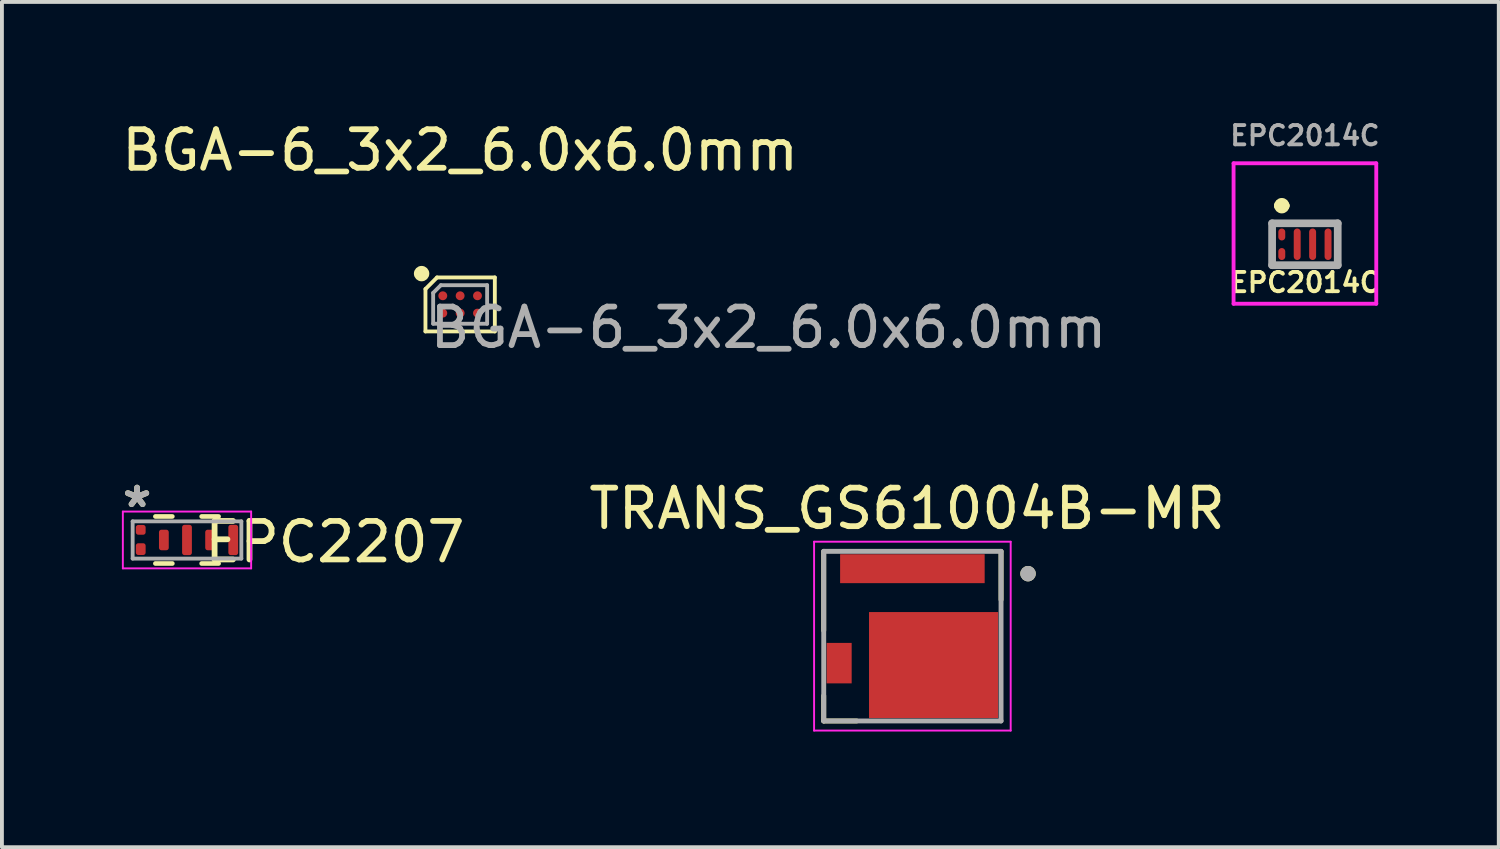
<source format=kicad_pcb>
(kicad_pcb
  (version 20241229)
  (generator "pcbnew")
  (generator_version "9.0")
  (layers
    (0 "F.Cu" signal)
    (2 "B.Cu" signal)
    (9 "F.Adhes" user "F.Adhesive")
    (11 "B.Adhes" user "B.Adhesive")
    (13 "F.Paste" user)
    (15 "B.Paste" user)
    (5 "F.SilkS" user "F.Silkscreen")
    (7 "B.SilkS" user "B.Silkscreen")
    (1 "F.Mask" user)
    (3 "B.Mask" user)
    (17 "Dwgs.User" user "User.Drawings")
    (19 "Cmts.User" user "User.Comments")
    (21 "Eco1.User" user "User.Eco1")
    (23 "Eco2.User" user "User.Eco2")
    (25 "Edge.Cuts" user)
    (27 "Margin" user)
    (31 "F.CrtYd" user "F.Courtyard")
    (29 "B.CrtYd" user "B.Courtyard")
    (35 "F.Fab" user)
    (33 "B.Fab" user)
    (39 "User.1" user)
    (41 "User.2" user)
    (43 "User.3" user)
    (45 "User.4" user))
  (footprint "BGA-6_3x2_6.0x6.0mm"
    (layer "F.Cu")
    (at 8.887 4.848)
    (property "Reference" "BGA-6_3x2_6.0x6.0mm" (at 0 -4 0) (layer "F.SilkS") (effects (font (size 1 1) (thickness 0.15))))
    (attr smd)
    (fp_line (start -0.9 -0.4) (end -0.9 0.7) (stroke (width 0.1) (type default)) (layer "F.SilkS"))
    (fp_line (start -0.6 -0.7) (end -0.9 -0.4) (stroke (width 0.1) (type default)) (layer "F.SilkS"))
    (fp_line (start 0.9 -0.7) (end -0.6 -0.7) (stroke (width 0.1) (type default)) (layer "F.SilkS"))
    (fp_line (start 0.9 -0.7) (end 0.9 0.7) (stroke (width 0.1) (type default)) (layer "F.SilkS"))
    (fp_line (start 0.9 0.7) (end -0.9 0.7) (stroke (width 0.1) (type default)) (layer "F.SilkS"))
    (fp_circle (center -1 -0.8) (end -1 -0.7) (stroke (width 0.2) (type default)) (fill no) (layer "F.SilkS"))
    (fp_line (start -0.7 -0.3) (end -0.7 0.5) (stroke (width 0.1) (type default)) (layer "F.Fab"))
    (fp_line (start -0.7 0.5) (end 0.7 0.5) (stroke (width 0.1) (type default)) (layer "F.Fab"))
    (fp_line (start -0.5 -0.5) (end -0.7 -0.3) (stroke (width 0.1) (type default)) (layer "F.Fab"))
    (fp_line (start 0.7 -0.5) (end -0.5 -0.5) (stroke (width 0.1) (type default)) (layer "F.Fab"))
    (fp_line (start 0.7 0.5) (end 0.7 -0.5) (stroke (width 0.1) (type default)) (layer "F.Fab"))
    (fp_text user "${REFERENCE}" (at 8 0.6 0) (layer "F.Fab") (effects (font (size 1 1) (thickness 0.15))))
    (pad "1" smd circle (at -0.45 -0.225) (size 0.23 0.23) (layers "F.Cu" "F.Mask" "F.Paste"))
    (pad "2" smd circle (at -0.45 0.225) (size 0.23 0.23) (layers "F.Cu" "F.Mask" "F.Paste"))
    (pad "3" smd circle (at 0 -0.225) (size 0.23 0.23) (layers "F.Cu" "F.Mask" "F.Paste"))
    (pad "4" smd circle (at 0 0.225) (size 0.23 0.23) (layers "F.Cu" "F.Mask" "F.Paste"))
    (pad "5" smd circle (at 0.45 -0.225) (size 0.23 0.23) (layers "F.Cu" "F.Mask" "F.Paste"))
    (pad "6" smd circle (at 0.45 0.225) (size 0.23 0.23) (layers "F.Cu" "F.Mask" "F.Paste")))
  (footprint "TRANS_GS61004B-MR"
    (layer "F.Cu")
    (at 20.619 13.453)
    (property "Reference" "TRANS_GS61004B-MR" (at -0.137 -3.308 0) (layer "F.SilkS") (effects (font (size 1 1) (thickness 0.15))))
    (attr smd)
    (fp_line (start -2.3 -2.2) (end -2.3 -0.145) (stroke (width 0.127) (type solid)) (layer "F.SilkS"))
    (fp_line (start -2.3 2.2) (end -2.3 1.545) (stroke (width 0.127) (type solid)) (layer "F.SilkS"))
    (fp_line (start -2.3 2.2) (end -1.445 2.2) (stroke (width 0.127) (type solid)) (layer "F.SilkS"))
    (fp_line (start 2.3 -0.945) (end 2.3 -2.2) (stroke (width 0.127) (type solid)) (layer "F.SilkS"))
    (fp_circle (center 3 -1.621) (end 3.1 -1.621) (stroke (width 0.2) (type solid)) (fill no) (layer "F.SilkS"))
    (fp_line (start -2.55 -2.45) (end -2.55 2.45) (stroke (width 0.05) (type solid)) (layer "F.CrtYd"))
    (fp_line (start -2.55 2.45) (end 2.55 2.45) (stroke (width 0.05) (type solid)) (layer "F.CrtYd"))
    (fp_line (start 2.55 -2.45) (end -2.55 -2.45) (stroke (width 0.05) (type solid)) (layer "F.CrtYd"))
    (fp_line (start 2.55 2.45) (end 2.55 -2.45) (stroke (width 0.05) (type solid)) (layer "F.CrtYd"))
    (fp_line (start -2.3 -2.2) (end -2.3 2.2) (stroke (width 0.127) (type solid)) (layer "F.Fab"))
    (fp_line (start -2.3 2.2) (end 2.3 2.2) (stroke (width 0.127) (type solid)) (layer "F.Fab"))
    (fp_line (start 2.3 -2.2) (end -2.3 -2.2) (stroke (width 0.127) (type solid)) (layer "F.Fab"))
    (fp_line (start 2.3 2.2) (end 2.3 -2.2) (stroke (width 0.127) (type solid)) (layer "F.Fab"))
    (fp_circle (center 3 -1.621) (end 3.1 -1.621) (stroke (width 0.2) (type solid)) (fill no) (layer "F.Fab"))
    (pad "1" smd rect (at 0 -1.75) (size 3.75 0.75) (layers "F.Cu" "F.Mask" "F.Paste"))
    (pad "2" smd rect (at -1.9 0.7) (size 0.65 1.05) (layers "F.Cu" "F.Mask" "F.Paste"))
    (pad "3" smd rect (at 0.55 0.75) (size 3.35 2.75) (layers "F.Cu" "F.Mask" "F.Paste")))
  (footprint "EPC2207"
    (layer "F.Cu")
    (at 1.801 10.958)
    (property "Reference" "EPC2207" (at 3.835 0.051 0) (layer "F.SilkS") (effects (font (size 1 1) (thickness 0.15))))
    (attr through_hole)
    (fp_line (start -0.82 0.61) (end -0.38 0.61) (stroke (width 0.12) (type solid)) (layer "F.SilkS"))
    (fp_line (start -0.38 -0.61) (end -0.82 -0.61) (stroke (width 0.12) (type solid)) (layer "F.SilkS"))
    (fp_line (start 0.38 0.61) (end 0.82 0.61) (stroke (width 0.12) (type solid)) (layer "F.SilkS"))
    (fp_line (start 0.82 -0.61) (end 0.38 -0.61) (stroke (width 0.12) (type solid)) (layer "F.SilkS"))
    (fp_line (start -1.664 -0.737) (end -1.664 0.737) (stroke (width 0.05) (type solid)) (layer "F.CrtYd"))
    (fp_line (start -1.664 0.737) (end 1.664 0.737) (stroke (width 0.05) (type solid)) (layer "F.CrtYd"))
    (fp_line (start 1.664 -0.737) (end -1.664 -0.737) (stroke (width 0.05) (type solid)) (layer "F.CrtYd"))
    (fp_line (start 1.664 0.737) (end 1.664 -0.737) (stroke (width 0.05) (type solid)) (layer "F.CrtYd"))
    (fp_line (start -1.41 -0.483) (end -1.41 0.483) (stroke (width 0.1) (type solid)) (layer "F.Fab"))
    (fp_line (start -1.41 0.483) (end 1.41 0.483) (stroke (width 0.1) (type solid)) (layer "F.Fab"))
    (fp_line (start 1.41 -0.483) (end -1.41 -0.483) (stroke (width 0.1) (type solid)) (layer "F.Fab"))
    (fp_line (start 1.41 0.483) (end 1.41 -0.483) (stroke (width 0.1) (type solid)) (layer "F.Fab"))
    (fp_text user "*" (at -1.295 -0.813 0) (layer "F.SilkS") (effects (font (size 1 1) (thickness 0.15))))
    (fp_text user "*" (at -1.295 -0.813 0) (layer "F.Fab") (effects (font (size 1 1) (thickness 0.15))))
    (pad "1" smd roundrect (at -1.2 -0.263) (size 0.254 0.254) (layers "F.Cu" "F.Mask" "F.Paste") (roundrect_rratio 0.25))
    (pad "2" smd roundrect (at -1.2 0.237) (size 0.254 0.305) (layers "F.Cu" "F.Mask" "F.Paste") (roundrect_rratio 0.25))
    (pad "3" smd roundrect (at -0.6 0) (size 0.254 0.533) (layers "F.Cu" "F.Mask" "F.Paste") (roundrect_rratio 0.25))
    (pad "4" smd roundrect (at 0 0) (size 0.254 0.787) (layers "F.Cu" "F.Mask" "F.Paste") (roundrect_rratio 0.25))
    (pad "5" smd roundrect (at 0.6 0) (size 0.254 0.533) (layers "F.Cu" "F.Mask" "F.Paste") (roundrect_rratio 0.25))
    (pad "6" smd roundrect (at 1.2 0) (size 0.254 0.787) (layers "F.Cu" "F.Mask" "F.Paste") (roundrect_rratio 0.25)))
  (footprint "EPC2014C"
    (layer "F.Cu")
    (at 30.802 3.008)
    (property "Reference" "EPC2014C" (at 0 1.27 0) (layer "F.SilkS") (effects (font (size 0.5 0.5) (thickness 0.1))))
    (attr smd)
    (fp_line (start -0.851 -0.265) (end 0.851 -0.265) (stroke (width 0.1) (type solid)) (layer "F.SilkS"))
    (fp_line (start -0.851 0.822) (end -0.851 -0.265) (stroke (width 0.1) (type solid)) (layer "F.SilkS"))
    (fp_line (start -0.7 -0.722) (end -0.7 -0.722) (stroke (width 0.2) (type solid)) (layer "F.SilkS"))
    (fp_line (start -0.5 -0.722) (end -0.5 -0.722) (stroke (width 0.2) (type solid)) (layer "F.SilkS"))
    (fp_line (start 0.851 -0.265) (end 0.851 0.822) (stroke (width 0.1) (type solid)) (layer "F.SilkS"))
    (fp_line (start 0.851 0.822) (end -0.851 0.822) (stroke (width 0.1) (type solid)) (layer "F.SilkS"))
    (fp_arc (start -0.7 -0.722) (mid -0.6 -0.822) (end -0.5 -0.722) (stroke (width 0.2) (type solid)) (layer "F.SilkS"))
    (fp_arc (start -0.5 -0.722) (mid -0.6 -0.622) (end -0.7 -0.722) (stroke (width 0.2) (type solid)) (layer "F.SilkS"))
    (fp_line (start -1.851 -1.822) (end 1.851 -1.822) (stroke (width 0.1) (type solid)) (layer "F.CrtYd"))
    (fp_line (start -1.851 1.822) (end -1.851 -1.822) (stroke (width 0.1) (type solid)) (layer "F.CrtYd"))
    (fp_line (start 1.851 -1.822) (end 1.851 1.822) (stroke (width 0.1) (type solid)) (layer "F.CrtYd"))
    (fp_line (start 1.851 1.822) (end -1.851 1.822) (stroke (width 0.1) (type solid)) (layer "F.CrtYd"))
    (fp_line (start -0.851 -0.265) (end 0.851 -0.265) (stroke (width 0.2) (type solid)) (layer "F.Fab"))
    (fp_line (start -0.851 0.822) (end -0.851 -0.265) (stroke (width 0.2) (type solid)) (layer "F.Fab"))
    (fp_line (start 0.851 -0.265) (end 0.851 0.822) (stroke (width 0.2) (type solid)) (layer "F.Fab"))
    (fp_line (start 0.851 0.822) (end -0.851 0.822) (stroke (width 0.2) (type solid)) (layer "F.Fab"))
    (fp_text user "${REFERENCE}" (at 0 -2.54 0) (layer "F.Fab") (effects (font (size 0.5 0.5) (thickness 0.1))))
    (pad "1" smd oval (at -0.6 0.025) (size 0.18 0.31) (layers "F.Cu" "F.Mask" "F.Paste"))
    (pad "2" smd oval (at -0.6 0.532) (size 0.18 0.31) (layers "F.Cu" "F.Mask" "F.Paste"))
    (pad "3" smd oval (at -0.2 0.278) (size 0.18 0.817) (layers "F.Cu" "F.Mask" "F.Paste"))
    (pad "4" smd oval (at 0.2 0.278) (size 0.18 0.817) (layers "F.Cu" "F.Mask" "F.Paste"))
    (pad "5" smd oval (at 0.6 0.278) (size 0.18 0.817) (layers "F.Cu" "F.Mask" "F.Paste")))
  (gr_rect
    (start -3 -3)
    (end 35.831 18.928)
    (stroke (width 0.1) (type default))
    (fill no)
    (layer "Edge.Cuts")))
</source>
